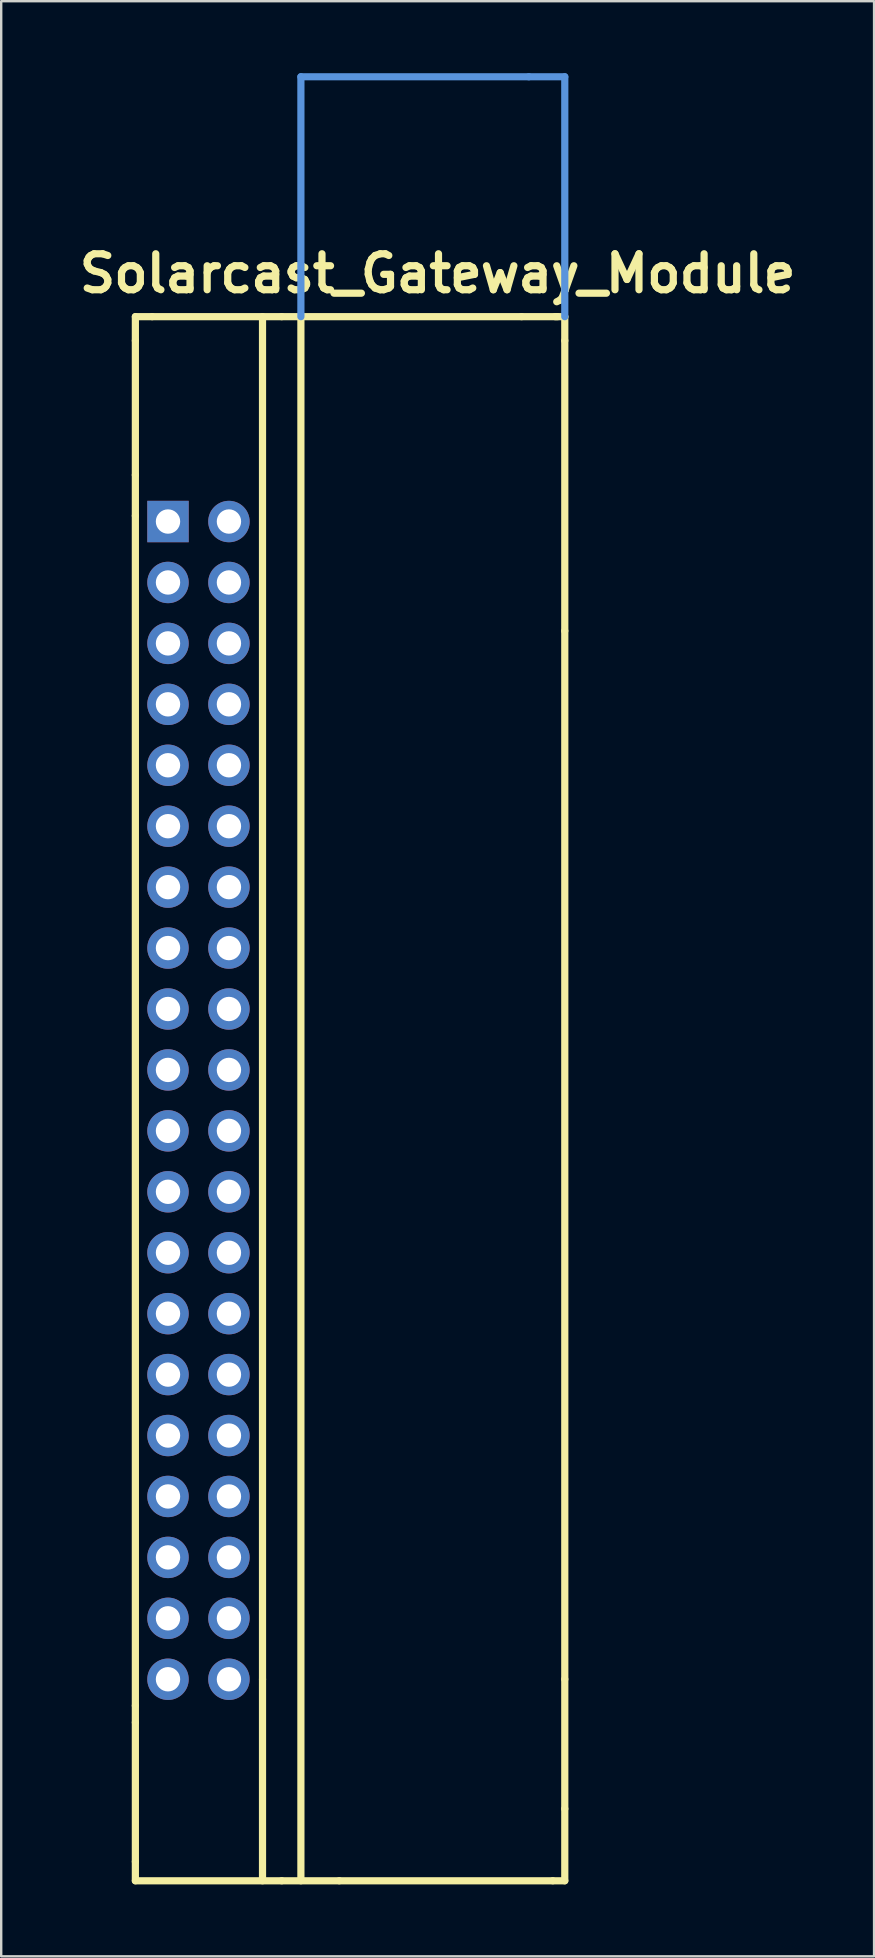
<source format=kicad_pcb>
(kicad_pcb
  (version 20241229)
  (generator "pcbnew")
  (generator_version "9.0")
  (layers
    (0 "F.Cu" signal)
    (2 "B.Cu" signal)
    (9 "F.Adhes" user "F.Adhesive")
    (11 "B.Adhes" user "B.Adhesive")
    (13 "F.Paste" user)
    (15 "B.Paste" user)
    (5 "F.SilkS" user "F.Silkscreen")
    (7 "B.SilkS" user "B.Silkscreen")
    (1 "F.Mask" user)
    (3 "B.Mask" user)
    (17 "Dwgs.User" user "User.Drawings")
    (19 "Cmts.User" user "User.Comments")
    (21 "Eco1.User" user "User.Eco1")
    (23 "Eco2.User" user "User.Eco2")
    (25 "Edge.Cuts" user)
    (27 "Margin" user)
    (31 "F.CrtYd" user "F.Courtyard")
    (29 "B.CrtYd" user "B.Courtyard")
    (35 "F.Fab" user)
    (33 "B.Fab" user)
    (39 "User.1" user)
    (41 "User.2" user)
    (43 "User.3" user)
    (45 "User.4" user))
  (footprint "Solarcast_Gateway_Module"
    (layer "F.Cu")
    (at 6.493 66.95)
    (property "Reference" "Solarcast_Gateway_Module" (at 8.7 -58.6 180) (layer "F.SilkS") (effects (font (size 1.5 1.5) (thickness 0.3))))
    (attr through_hole)
    (fp_line (start -3.9 -56.8) (end -3.2 -56.8) (stroke (width 0.3) (type solid)) (layer "F.SilkS"))
    (fp_line (start -3.9 -55.8) (end -3.9 -56.8) (stroke (width 0.3) (type solid)) (layer "F.SilkS"))
    (fp_line (start -3.9 -50.2) (end -3.9 -55.8) (stroke (width 0.3) (type solid)) (layer "F.SilkS"))
    (fp_line (start -3.9 -48.5) (end -3.9 -50.2) (stroke (width 0.3) (type solid)) (layer "F.SilkS"))
    (fp_line (start -3.9 -48.5) (end -3.9 1.1) (stroke (width 0.3) (type solid)) (layer "F.SilkS"))
    (fp_line (start -3.9 1.1) (end -3.9 1.8) (stroke (width 0.3) (type solid)) (layer "F.SilkS"))
    (fp_line (start -3.9 1.8) (end -3.9 7.6) (stroke (width 0.3) (type solid)) (layer "F.SilkS"))
    (fp_line (start -3.9 8.4) (end -3.9 7.6) (stroke (width 0.3) (type solid)) (layer "F.SilkS"))
    (fp_line (start 1.4 0) (end 1.4 -56.8) (stroke (width 0.3) (type solid)) (layer "F.SilkS"))
    (fp_line (start 1.4 0) (end 1.4 8.4) (stroke (width 0.3) (type solid)) (layer "F.SilkS"))
    (fp_line (start 2.2 -56.8) (end -3.2 -56.8) (stroke (width 0.3) (type solid)) (layer "F.SilkS"))
    (fp_line (start 2.2 -56.8) (end 12.2 -56.8) (stroke (width 0.3) (type solid)) (layer "F.SilkS"))
    (fp_line (start 2.2 8.4) (end -3.9 8.4) (stroke (width 0.3) (type solid)) (layer "F.SilkS"))
    (fp_line (start 2.2 8.4) (end 4.6 8.4) (stroke (width 0.3) (type solid)) (layer "F.SilkS"))
    (fp_line (start 3 -56.8) (end 3 8.4) (stroke (width 0.3) (type solid)) (layer "F.SilkS"))
    (fp_line (start 4.6 8.4) (end 13.5 8.4) (stroke (width 0.3) (type solid)) (layer "F.SilkS"))
    (fp_line (start 12.2 -56.8) (end 13.7 -56.8) (stroke (width 0.3) (type solid)) (layer "F.SilkS"))
    (fp_line (start 13.5 8.4) (end 14 8.4) (stroke (width 0.3) (type solid)) (layer "F.SilkS"))
    (fp_line (start 13.6 -56.8) (end 14 -56.8) (stroke (width 0.3) (type solid)) (layer "F.SilkS"))
    (fp_line (start 14 -55.8) (end 14 -56.8) (stroke (width 0.3) (type solid)) (layer "F.SilkS"))
    (fp_line (start 14 -43.7) (end 14 -55.8) (stroke (width 0.3) (type solid)) (layer "F.SilkS"))
    (fp_line (start 14 0) (end 14 -43.7) (stroke (width 0.3) (type solid)) (layer "F.SilkS"))
    (fp_line (start 14 0) (end 14 5.4) (stroke (width 0.3) (type solid)) (layer "F.SilkS"))
    (fp_line (start 14 5.4) (end 14 8.4) (stroke (width 0.3) (type solid)) (layer "F.SilkS"))
    (fp_line (start 3 -66.8) (end 12.5 -66.8) (stroke (width 0.3) (type solid)) (layer "Cmts.User"))
    (fp_line (start 3 -56.8) (end 3 -66.8) (stroke (width 0.3) (type solid)) (layer "Cmts.User"))
    (fp_line (start 14 -66.8) (end 12.5 -66.8) (stroke (width 0.3) (type solid)) (layer "Cmts.User"))
    (fp_line (start 14 -56.8) (end 14 -66.8) (stroke (width 0.3) (type solid)) (layer "Cmts.User"))
    (pad "1" thru_hole rect (at -2.54 -48.26 270) (size 1.727 1.727) (drill 1.016) (layers "*.Cu" "*.Mask"))
    (pad "2" thru_hole oval (at 0 -48.26 270) (size 1.727 1.727) (drill 1.016) (layers "*.Cu" "*.Mask"))
    (pad "3" thru_hole oval (at -2.54 -45.72 270) (size 1.727 1.727) (drill 1.016) (layers "*.Cu" "*.Mask"))
    (pad "4" thru_hole oval (at 0 -45.72 270) (size 1.727 1.727) (drill 1.016) (layers "*.Cu" "*.Mask"))
    (pad "5" thru_hole oval (at -2.54 -43.18 270) (size 1.727 1.727) (drill 1.016) (layers "*.Cu" "*.Mask"))
    (pad "6" thru_hole oval (at 0 -43.18 270) (size 1.727 1.727) (drill 1.016) (layers "*.Cu" "*.Mask"))
    (pad "7" thru_hole oval (at -2.54 -40.64 270) (size 1.727 1.727) (drill 1.016) (layers "*.Cu" "*.Mask"))
    (pad "8" thru_hole oval (at 0 -40.64 270) (size 1.727 1.727) (drill 1.016) (layers "*.Cu" "*.Mask"))
    (pad "9" thru_hole oval (at -2.54 -38.1 270) (size 1.727 1.727) (drill 1.016) (layers "*.Cu" "*.Mask"))
    (pad "10" thru_hole oval (at 0 -38.1 270) (size 1.727 1.727) (drill 1.016) (layers "*.Cu" "*.Mask"))
    (pad "11" thru_hole oval (at -2.54 -35.56 270) (size 1.727 1.727) (drill 1.016) (layers "*.Cu" "*.Mask"))
    (pad "12" thru_hole oval (at 0 -35.56 270) (size 1.727 1.727) (drill 1.016) (layers "*.Cu" "*.Mask"))
    (pad "13" thru_hole oval (at -2.54 -33.02 270) (size 1.727 1.727) (drill 1.016) (layers "*.Cu" "*.Mask"))
    (pad "14" thru_hole oval (at 0 -33.02 270) (size 1.727 1.727) (drill 1.016) (layers "*.Cu" "*.Mask"))
    (pad "15" thru_hole oval (at -2.54 -30.48 270) (size 1.727 1.727) (drill 1.016) (layers "*.Cu" "*.Mask"))
    (pad "16" thru_hole oval (at 0 -30.48 270) (size 1.727 1.727) (drill 1.016) (layers "*.Cu" "*.Mask"))
    (pad "17" thru_hole oval (at -2.54 -27.94 270) (size 1.727 1.727) (drill 1.016) (layers "*.Cu" "*.Mask"))
    (pad "18" thru_hole oval (at 0 -27.94 270) (size 1.727 1.727) (drill 1.016) (layers "*.Cu" "*.Mask"))
    (pad "19" thru_hole oval (at -2.54 -25.4 270) (size 1.727 1.727) (drill 1.016) (layers "*.Cu" "*.Mask"))
    (pad "20" thru_hole oval (at 0 -25.4 270) (size 1.727 1.727) (drill 1.016) (layers "*.Cu" "*.Mask"))
    (pad "21" thru_hole oval (at -2.54 -22.86 270) (size 1.727 1.727) (drill 1.016) (layers "*.Cu" "*.Mask"))
    (pad "22" thru_hole oval (at 0 -22.86 270) (size 1.727 1.727) (drill 1.016) (layers "*.Cu" "*.Mask"))
    (pad "23" thru_hole oval (at -2.54 -20.32 270) (size 1.727 1.727) (drill 1.016) (layers "*.Cu" "*.Mask"))
    (pad "24" thru_hole oval (at 0 -20.32 270) (size 1.727 1.727) (drill 1.016) (layers "*.Cu" "*.Mask"))
    (pad "25" thru_hole oval (at -2.54 -17.78 270) (size 1.727 1.727) (drill 1.016) (layers "*.Cu" "*.Mask"))
    (pad "26" thru_hole oval (at 0 -17.78 270) (size 1.727 1.727) (drill 1.016) (layers "*.Cu" "*.Mask"))
    (pad "27" thru_hole oval (at -2.54 -15.24 270) (size 1.727 1.727) (drill 1.016) (layers "*.Cu" "*.Mask"))
    (pad "28" thru_hole oval (at 0 -15.24 270) (size 1.727 1.727) (drill 1.016) (layers "*.Cu" "*.Mask"))
    (pad "29" thru_hole oval (at -2.54 -12.7 270) (size 1.727 1.727) (drill 1.016) (layers "*.Cu" "*.Mask"))
    (pad "30" thru_hole oval (at 0 -12.7 270) (size 1.727 1.727) (drill 1.016) (layers "*.Cu" "*.Mask"))
    (pad "31" thru_hole oval (at -2.54 -10.16 270) (size 1.727 1.727) (drill 1.016) (layers "*.Cu" "*.Mask"))
    (pad "32" thru_hole oval (at 0 -10.16 270) (size 1.727 1.727) (drill 1.016) (layers "*.Cu" "*.Mask"))
    (pad "33" thru_hole oval (at -2.54 -7.62 270) (size 1.727 1.727) (drill 1.016) (layers "*.Cu" "*.Mask"))
    (pad "34" thru_hole oval (at 0 -7.62 270) (size 1.727 1.727) (drill 1.016) (layers "*.Cu" "*.Mask"))
    (pad "35" thru_hole oval (at -2.54 -5.08 270) (size 1.727 1.727) (drill 1.016) (layers "*.Cu" "*.Mask"))
    (pad "36" thru_hole oval (at 0 -5.08 270) (size 1.727 1.727) (drill 1.016) (layers "*.Cu" "*.Mask"))
    (pad "37" thru_hole oval (at -2.54 -2.54 270) (size 1.727 1.727) (drill 1.016) (layers "*.Cu" "*.Mask"))
    (pad "38" thru_hole oval (at 0 -2.54 270) (size 1.727 1.727) (drill 1.016) (layers "*.Cu" "*.Mask"))
    (pad "39" thru_hole oval (at -2.54 0 270) (size 1.727 1.727) (drill 1.016) (layers "*.Cu" "*.Mask"))
    (pad "40" thru_hole oval (at 0 0 270) (size 1.727 1.727) (drill 1.016) (layers "*.Cu" "*.Mask")))
  (gr_rect
    (start -3 -3)
    (end 33.386 78.5)
    (stroke (width 0.1) (type default))
    (fill no)
    (layer "Edge.Cuts")))
</source>
